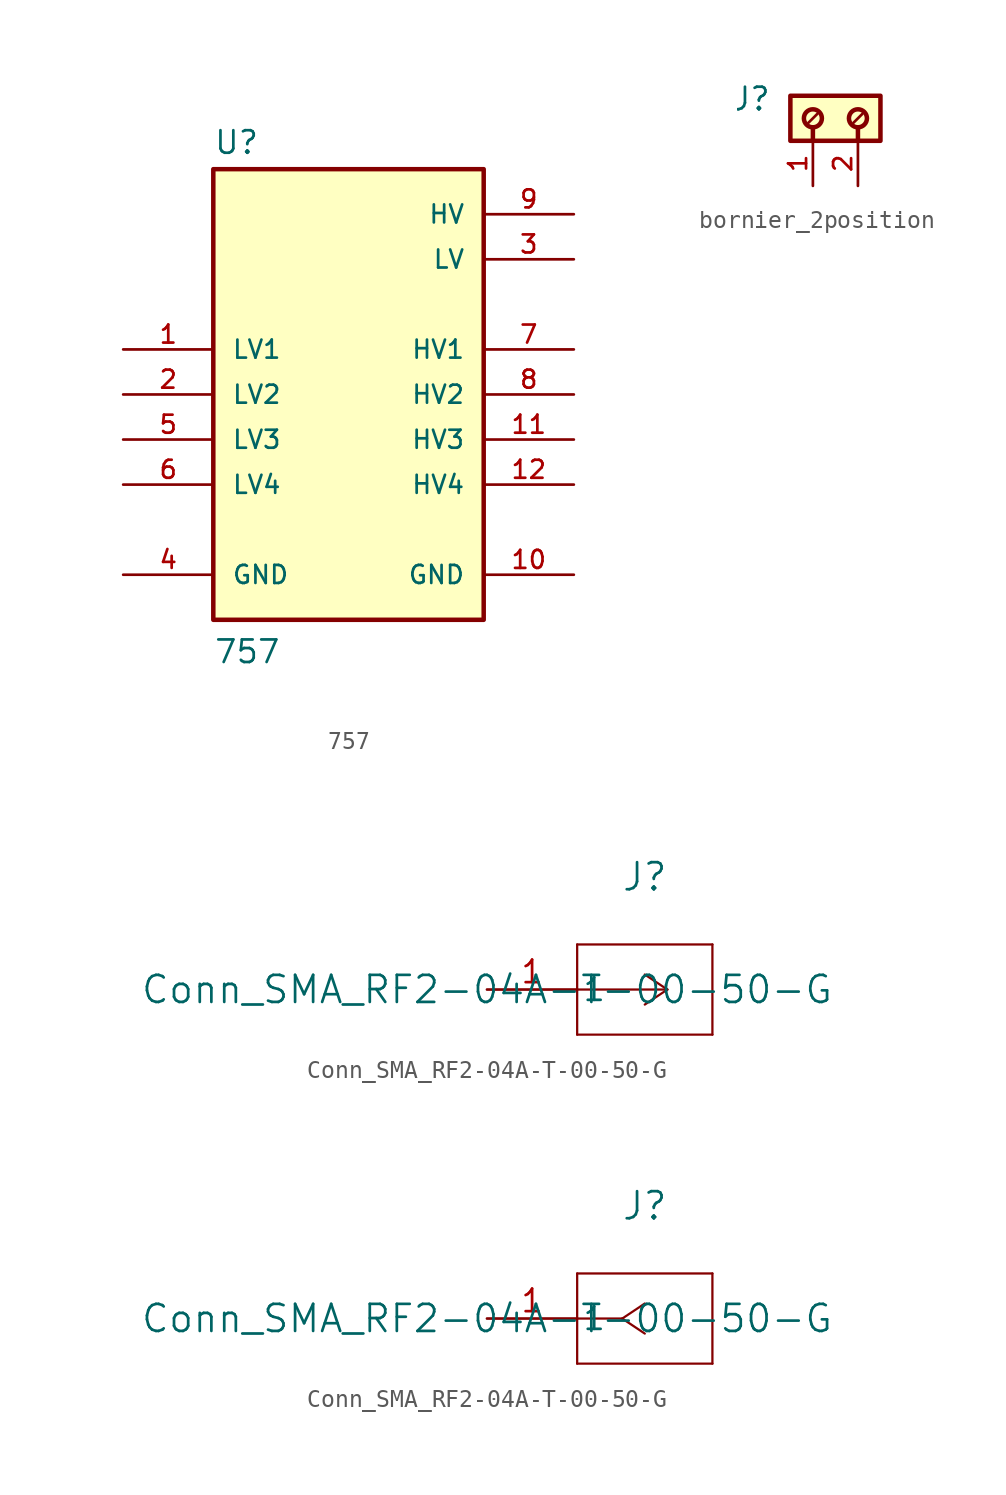
<source format=kicad_sym>
(kicad_symbol_lib
  (version 20231120)
  (generator "kicad_symbol_editor")
  (generator_version "8.0")
  (symbol "757"
    (pin_names
      (offset 1.016))
    (property "Reference" "U"
      (at -7.62 13.462 0)
      (effects (font (size 1.27 1.27)) (justify left bottom)))
    (property "Value" "757"
      (at -7.62 -15.24 0)
      (effects (font (size 1.27 1.27)) (justify left bottom)))
    (symbol "757_0_0"
      (rectangle (start -7.62 12.7) (end 7.62 -12.7) (stroke (width 0.254) (type default)) (fill (type background))))
    (symbol "757_1_0"
      (pin passive line (at -12.7 2.54 0) (length 5.08) (name "LV1" (effects (font (size 1.016 1.016)))) (number "1" (effects (font (size 1.016 1.016)))))
      (pin power_in line (at 12.7 -10.16 180) (length 5.08) (name "GND" (effects (font (size 1.016 1.016)))) (number "10" (effects (font (size 1.016 1.016)))))
      (pin passive line (at 12.7 -2.54 180) (length 5.08) (name "HV3" (effects (font (size 1.016 1.016)))) (number "11" (effects (font (size 1.016 1.016)))))
      (pin passive line (at 12.7 -5.08 180) (length 5.08) (name "HV4" (effects (font (size 1.016 1.016)))) (number "12" (effects (font (size 1.016 1.016)))))
      (pin passive line (at -12.7 0 0) (length 5.08) (name "LV2" (effects (font (size 1.016 1.016)))) (number "2" (effects (font (size 1.016 1.016)))))
      (pin power_in line (at 12.7 7.62 180) (length 5.08) (name "LV" (effects (font (size 1.016 1.016)))) (number "3" (effects (font (size 1.016 1.016)))))
      (pin power_in line (at -12.7 -10.16 0) (length 5.08) (name "GND" (effects (font (size 1.016 1.016)))) (number "4" (effects (font (size 1.016 1.016)))))
      (pin passive line (at -12.7 -2.54 0) (length 5.08) (name "LV3" (effects (font (size 1.016 1.016)))) (number "5" (effects (font (size 1.016 1.016)))))
      (pin passive line (at -12.7 -5.08 0) (length 5.08) (name "LV4" (effects (font (size 1.016 1.016)))) (number "6" (effects (font (size 1.016 1.016)))))
      (pin passive line (at 12.7 2.54 180) (length 5.08) (name "HV1" (effects (font (size 1.016 1.016)))) (number "7" (effects (font (size 1.016 1.016)))))
      (pin passive line (at 12.7 0 180) (length 5.08) (name "HV2" (effects (font (size 1.016 1.016)))) (number "8" (effects (font (size 1.016 1.016)))))
      (pin power_in line (at 12.7 10.16 180) (length 5.08) (name "HV" (effects (font (size 1.016 1.016)))) (number "9" (effects (font (size 1.016 1.016)))))))
  (symbol "bornier_2position"
    (pin_names
      (offset 1.016))
    (property "Reference" "J"
      (at -4.88 -0.922 0)
      (effects (font (size 1.27 1.27)) (justify right bottom)))
    (symbol "bornier_2position_0_0"
      (rectangle (start -3.81 -2.54) (end 1.27 0) (stroke (width 0.254) (type default)) (fill (type background)))
      (circle (center -2.54 -1.27) (radius 0.508) (stroke (width 0.254) (type default)) (fill (type none)))
      (circle (center 0 -1.27) (radius 0.508) (stroke (width 0.254) (type default)) (fill (type none)))
      (polyline (pts (xy -2.54 -1.778) (xy -2.54 -2.54)) (stroke (width 0.254) (type default)) (fill (type none)))
      (polyline (pts (xy -2.286 -1.016) (xy -2.794 -1.524)) (stroke (width 0.152) (type default)) (fill (type none)))
      (polyline (pts (xy 0 -1.778) (xy 0 -2.54)) (stroke (width 0.254) (type default)) (fill (type none)))
      (polyline (pts (xy 0.254 -1.016) (xy -0.254 -1.524)) (stroke (width 0.152) (type default)) (fill (type none)))
      (pin passive line (at -2.54 -5.08 90) (length 2.54) (name "~" (effects (font (size 1.016 1.016)))) (number "1" (effects (font (size 1.016 1.016)))))
      (pin passive line (at 0 -5.08 90) (length 2.54) (name "~" (effects (font (size 1.016 1.016)))) (number "2" (effects (font (size 1.016 1.016)))))))
  (symbol "Conn_SMA_RF2-04A-T-00-50-G"
    (pin_names
      (offset 0.254))
    (property "Reference" "J"
      (at 8.89 6.35 0)
      (effects (font (size 1.524 1.524))))
    (property "Value" "Conn_SMA_RF2-04A-T-00-50-G"
      (at 0 0 0)
      (effects (font (size 1.524 1.524))))
    (property "ki_locked" ""
      (at 0 0 0)
      (effects (font (size 1.27 1.27))))
    (symbol "Conn_SMA_RF2-04A-T-00-50-G_1_1"
      (polyline (pts (xy 5.08 -2.54) (xy 12.7 -2.54)) (stroke (width 0.127) (type default)) (fill (type none)))
      (polyline (pts (xy 5.08 2.54) (xy 5.08 -2.54)) (stroke (width 0.127) (type default)) (fill (type none)))
      (polyline (pts (xy 10.16 0) (xy 5.08 0)) (stroke (width 0.127) (type default)) (fill (type none)))
      (polyline (pts (xy 10.16 0) (xy 8.89 -0.847)) (stroke (width 0.127) (type default)) (fill (type none)))
      (polyline (pts (xy 10.16 0) (xy 8.89 0.847)) (stroke (width 0.127) (type default)) (fill (type none)))
      (polyline (pts (xy 12.7 -2.54) (xy 12.7 2.54)) (stroke (width 0.127) (type default)) (fill (type none)))
      (polyline (pts (xy 12.7 2.54) (xy 5.08 2.54)) (stroke (width 0.127) (type default)) (fill (type none)))
      (pin unspecified line (at 0 0 0) (length 5.08) (name "1" (effects (font (size 1.27 1.27)))) (number "1" (effects (font (size 1.27 1.27))))))
    (symbol "Conn_SMA_RF2-04A-T-00-50-G_1_2"
      (polyline (pts (xy 5.08 -2.54) (xy 12.7 -2.54)) (stroke (width 0.127) (type default)) (fill (type none)))
      (polyline (pts (xy 5.08 2.54) (xy 5.08 -2.54)) (stroke (width 0.127) (type default)) (fill (type none)))
      (polyline (pts (xy 7.62 0) (xy 5.08 0)) (stroke (width 0.127) (type default)) (fill (type none)))
      (polyline (pts (xy 7.62 0) (xy 8.89 -0.847)) (stroke (width 0.127) (type default)) (fill (type none)))
      (polyline (pts (xy 7.62 0) (xy 8.89 0.847)) (stroke (width 0.127) (type default)) (fill (type none)))
      (polyline (pts (xy 12.7 -2.54) (xy 12.7 2.54)) (stroke (width 0.127) (type default)) (fill (type none)))
      (polyline (pts (xy 12.7 2.54) (xy 5.08 2.54)) (stroke (width 0.127) (type default)) (fill (type none)))
      (pin unspecified line (at 0 0 0) (length 5.08) (name "1" (effects (font (size 1.27 1.27)))) (number "1" (effects (font (size 1.27 1.27))))))))
</source>
